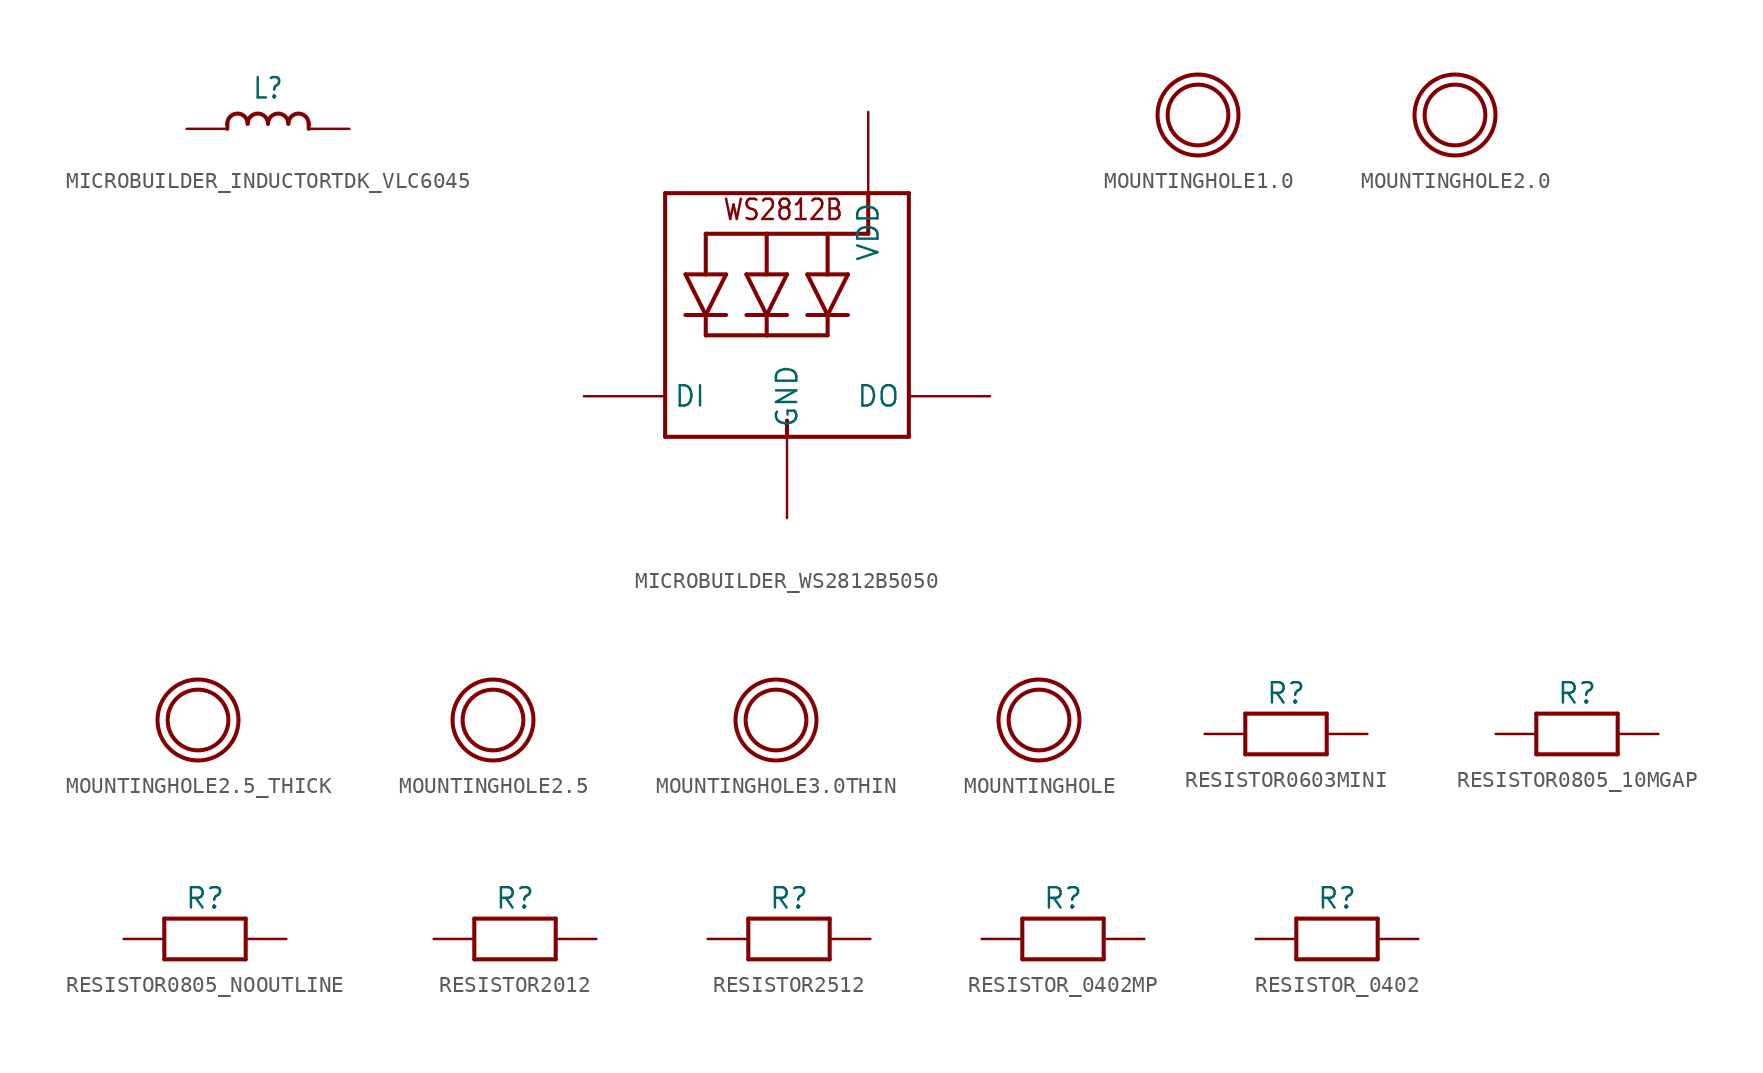
<source format=kicad_sym>
(kicad_symbol_lib
  (version 20220914)
  (generator kicad_symbol_editor)
  (symbol "MICROBUILDER_INDUCTORTDK_VLC6045"
    (property "Reference" "L"
      (at 0 2.54 0)
      (effects (font (size 1.27 1.079))))
    (property "Value" ""
      (at 0 -1.54 0)
      (effects (font (size 1.27 1.079))))
    (property "ki_locked" ""
      (at 0 0 0)
      (effects (font (size 1.27 1.27))))
    (symbol "MICROBUILDER_INDUCTORTDK_VLC6045_1_0"
      (arc (start -1.27 0.3173) (mid -1.9049 0.9524) (end -2.54 0.3175) (stroke (width 0.254) (type solid)) (fill (type none)))
      (polyline (pts (xy -2.54 0.318) (xy -2.54 0)) (stroke (width 0.254) (type solid)) (fill (type none)))
      (polyline (pts (xy 2.54 0.318) (xy 2.54 0)) (stroke (width 0.254) (type solid)) (fill (type none)))
      (arc (start 0 0.3173) (mid -0.6349 0.9524) (end -1.27 0.3175) (stroke (width 0.254) (type solid)) (fill (type none)))
      (arc (start 1.27 0.3173) (mid 0.6351 0.9524) (end 0 0.3175) (stroke (width 0.254) (type solid)) (fill (type none)))
      (arc (start 2.54 0.3173) (mid 1.9051 0.9524) (end 1.27 0.3175) (stroke (width 0.254) (type solid)) (fill (type none)))
      (pin passive line (at -5.08 0 0) (length 2.54) (name "1" (effects (font (size 0 0)))) (number "P$1" (effects (font (size 0 0)))))
      (pin passive line (at 5.08 0 180) (length 2.54) (name "2" (effects (font (size 0 0)))) (number "P$2" (effects (font (size 0 0)))))))
  (symbol "MICROBUILDER_WS2812B5050"
    (property "Reference" "LED"
      (at 0 0 0)
      (effects (font (size 1.27 1.27)) hide))
    (property "ki_locked" ""
      (at 0 0 0)
      (effects (font (size 1.27 1.27))))
    (symbol "MICROBUILDER_WS2812B5050_1_0"
      (polyline (pts (xy -7.62 -5.08) (xy 0 -5.08)) (stroke (width 0.254) (type solid)) (fill (type none)))
      (polyline (pts (xy -7.62 10.16) (xy -7.62 -5.08)) (stroke (width 0.254) (type solid)) (fill (type none)))
      (polyline (pts (xy -6.35 2.54) (xy -5.08 2.54)) (stroke (width 0.254) (type solid)) (fill (type none)))
      (polyline (pts (xy -6.35 5.08) (xy -5.08 5.08)) (stroke (width 0.254) (type solid)) (fill (type none)))
      (polyline (pts (xy -5.08 2.54) (xy -6.35 5.08)) (stroke (width 0.254) (type solid)) (fill (type none)))
      (polyline (pts (xy -5.08 2.54) (xy -5.08 1.27)) (stroke (width 0.254) (type solid)) (fill (type none)))
      (polyline (pts (xy -5.08 2.54) (xy -3.81 5.08)) (stroke (width 0.254) (type solid)) (fill (type none)))
      (polyline (pts (xy -5.08 5.08) (xy -3.81 5.08)) (stroke (width 0.254) (type solid)) (fill (type none)))
      (polyline (pts (xy -5.08 7.62) (xy -5.08 5.08)) (stroke (width 0.254) (type solid)) (fill (type none)))
      (polyline (pts (xy -3.81 2.54) (xy -5.08 2.54)) (stroke (width 0.254) (type solid)) (fill (type none)))
      (polyline (pts (xy -2.54 2.54) (xy -1.27 2.54)) (stroke (width 0.254) (type solid)) (fill (type none)))
      (polyline (pts (xy -2.54 5.08) (xy 0 5.08)) (stroke (width 0.254) (type solid)) (fill (type none)))
      (polyline (pts (xy -1.27 1.27) (xy -5.08 1.27)) (stroke (width 0.254) (type solid)) (fill (type none)))
      (polyline (pts (xy -1.27 2.54) (xy -2.54 5.08)) (stroke (width 0.254) (type solid)) (fill (type none)))
      (polyline (pts (xy -1.27 2.54) (xy -1.27 1.27)) (stroke (width 0.254) (type solid)) (fill (type none)))
      (polyline (pts (xy -1.27 2.54) (xy 0 2.54)) (stroke (width 0.254) (type solid)) (fill (type none)))
      (polyline (pts (xy -1.27 5.08) (xy -1.27 7.62)) (stroke (width 0.254) (type solid)) (fill (type none)))
      (polyline (pts (xy -1.27 7.62) (xy -5.08 7.62)) (stroke (width 0.254) (type solid)) (fill (type none)))
      (polyline (pts (xy 0 -5.08) (xy 7.62 -5.08)) (stroke (width 0.254) (type solid)) (fill (type none)))
      (polyline (pts (xy 0 -4.064) (xy 0 -5.08)) (stroke (width 0.254) (type solid)) (fill (type none)))
      (polyline (pts (xy 0 5.08) (xy -1.27 2.54)) (stroke (width 0.254) (type solid)) (fill (type none)))
      (polyline (pts (xy 1.27 5.08) (xy 2.54 2.54)) (stroke (width 0.254) (type solid)) (fill (type none)))
      (polyline (pts (xy 1.27 5.08) (xy 2.54 5.08)) (stroke (width 0.254) (type solid)) (fill (type none)))
      (polyline (pts (xy 2.54 1.27) (xy -1.27 1.27)) (stroke (width 0.254) (type solid)) (fill (type none)))
      (polyline (pts (xy 2.54 2.54) (xy 1.27 2.54)) (stroke (width 0.254) (type solid)) (fill (type none)))
      (polyline (pts (xy 2.54 2.54) (xy 2.54 1.27)) (stroke (width 0.254) (type solid)) (fill (type none)))
      (polyline (pts (xy 2.54 2.54) (xy 3.81 2.54)) (stroke (width 0.254) (type solid)) (fill (type none)))
      (polyline (pts (xy 2.54 2.54) (xy 3.81 5.08)) (stroke (width 0.254) (type solid)) (fill (type none)))
      (polyline (pts (xy 2.54 5.08) (xy 2.54 7.62)) (stroke (width 0.254) (type solid)) (fill (type none)))
      (polyline (pts (xy 2.54 7.62) (xy -1.27 7.62)) (stroke (width 0.254) (type solid)) (fill (type none)))
      (polyline (pts (xy 2.54 7.62) (xy 5.08 7.62)) (stroke (width 0.254) (type solid)) (fill (type none)))
      (polyline (pts (xy 3.81 5.08) (xy 2.54 5.08)) (stroke (width 0.254) (type solid)) (fill (type none)))
      (polyline (pts (xy 5.08 10.16) (xy -7.62 10.16)) (stroke (width 0.254) (type solid)) (fill (type none)))
      (polyline (pts (xy 5.08 10.16) (xy 5.08 7.62)) (stroke (width 0.254) (type solid)) (fill (type none)))
      (polyline (pts (xy 7.62 -5.08) (xy 7.62 10.16)) (stroke (width 0.254) (type solid)) (fill (type none)))
      (polyline (pts (xy 7.62 10.16) (xy 5.08 10.16)) (stroke (width 0.254) (type solid)) (fill (type none)))
      (text "WS2812B" (at -4.064 8.382 0) (effects (font (size 1.27 1.079)) (justify left bottom)))
      (pin power_in line (at 5.08 15.24 270) (length 5.08) (name "VDD" (effects (font (size 1.27 1.27)))) (number "1-VDD" (effects (font (size 0 0)))))
      (pin output line (at 12.7 -2.54 180) (length 5.08) (name "DO" (effects (font (size 1.27 1.27)))) (number "2-DOUT" (effects (font (size 0 0)))))
      (pin power_in line (at 0 -10.16 90) (length 5.08) (name "GND" (effects (font (size 1.27 1.27)))) (number "3-GND" (effects (font (size 0 0)))))
      (pin input line (at -12.7 -2.54 0) (length 5.08) (name "DI" (effects (font (size 1.27 1.27)))) (number "4-DIN" (effects (font (size 0 0)))))))
  (symbol "MOUNTINGHOLE1.0"
    (property "Reference" ""
      (at 0 0 0)
      (effects (font (size 1.27 1.27)) hide))
    (property "ki_locked" ""
      (at 0 0 0)
      (effects (font (size 1.27 1.27))))
    (symbol "MOUNTINGHOLE1.0_1_0"
      (circle (center 0 0) (radius 1.905) (stroke (width 0.254) (type solid)) (fill (type none)))
      (circle (center 0 0) (radius 2.54) (stroke (width 0.254) (type solid)) (fill (type none)))))
  (symbol "MOUNTINGHOLE2.0"
    (property "Reference" ""
      (at 0 0 0)
      (effects (font (size 1.27 1.27)) hide))
    (property "ki_locked" ""
      (at 0 0 0)
      (effects (font (size 1.27 1.27))))
    (symbol "MOUNTINGHOLE2.0_1_0"
      (circle (center 0 0) (radius 1.905) (stroke (width 0.254) (type solid)) (fill (type none)))
      (circle (center 0 0) (radius 2.54) (stroke (width 0.254) (type solid)) (fill (type none)))))
  (symbol "MOUNTINGHOLE2.5_THICK"
    (property "Reference" ""
      (at 0 0 0)
      (effects (font (size 1.27 1.27)) hide))
    (property "ki_locked" ""
      (at 0 0 0)
      (effects (font (size 1.27 1.27))))
    (symbol "MOUNTINGHOLE2.5_THICK_1_0"
      (circle (center 0 0) (radius 1.905) (stroke (width 0.254) (type solid)) (fill (type none)))
      (circle (center 0 0) (radius 2.54) (stroke (width 0.254) (type solid)) (fill (type none)))))
  (symbol "MOUNTINGHOLE2.5"
    (property "Reference" ""
      (at 0 0 0)
      (effects (font (size 1.27 1.27)) hide))
    (property "ki_locked" ""
      (at 0 0 0)
      (effects (font (size 1.27 1.27))))
    (symbol "MOUNTINGHOLE2.5_1_0"
      (circle (center 0 0) (radius 1.905) (stroke (width 0.254) (type solid)) (fill (type none)))
      (circle (center 0 0) (radius 2.54) (stroke (width 0.254) (type solid)) (fill (type none)))))
  (symbol "MOUNTINGHOLE3.0THIN"
    (property "Reference" ""
      (at 0 0 0)
      (effects (font (size 1.27 1.27)) hide))
    (property "ki_locked" ""
      (at 0 0 0)
      (effects (font (size 1.27 1.27))))
    (symbol "MOUNTINGHOLE3.0THIN_1_0"
      (circle (center 0 0) (radius 1.905) (stroke (width 0.254) (type solid)) (fill (type none)))
      (circle (center 0 0) (radius 2.54) (stroke (width 0.254) (type solid)) (fill (type none)))))
  (symbol "MOUNTINGHOLE"
    (property "Reference" ""
      (at 0 0 0)
      (effects (font (size 1.27 1.27)) hide))
    (property "ki_locked" ""
      (at 0 0 0)
      (effects (font (size 1.27 1.27))))
    (symbol "MOUNTINGHOLE_1_0"
      (circle (center 0 0) (radius 1.905) (stroke (width 0.254) (type solid)) (fill (type none)))
      (circle (center 0 0) (radius 2.54) (stroke (width 0.254) (type solid)) (fill (type none)))))
  (symbol "RESISTOR0603MINI"
    (property "Reference" "R"
      (at 0 2.54 0)
      (effects (font (size 1.27 1.27))))
    (property "Value" ""
      (at 0 0 0)
      (effects (font (size 1.016 1.016) bold)))
    (property "ki_locked" ""
      (at 0 0 0)
      (effects (font (size 1.27 1.27))))
    (symbol "RESISTOR0603MINI_1_0"
      (polyline (pts (xy -2.54 -1.27) (xy -2.54 1.27)) (stroke (width 0.254) (type solid)) (fill (type none)))
      (polyline (pts (xy -2.54 1.27) (xy 2.54 1.27)) (stroke (width 0.254) (type solid)) (fill (type none)))
      (polyline (pts (xy 2.54 -1.27) (xy -2.54 -1.27)) (stroke (width 0.254) (type solid)) (fill (type none)))
      (polyline (pts (xy 2.54 1.27) (xy 2.54 -1.27)) (stroke (width 0.254) (type solid)) (fill (type none)))
      (pin passive line (at -5.08 0 0) (length 2.54) (name "1" (effects (font (size 0 0)))) (number "1" (effects (font (size 0 0)))))
      (pin passive line (at 5.08 0 180) (length 2.54) (name "2" (effects (font (size 0 0)))) (number "2" (effects (font (size 0 0)))))))
  (symbol "RESISTOR0805_10MGAP"
    (property "Reference" "R"
      (at 0 2.54 0)
      (effects (font (size 1.27 1.27))))
    (property "Value" ""
      (at 0 0 0)
      (effects (font (size 1.016 1.016) bold)))
    (property "ki_locked" ""
      (at 0 0 0)
      (effects (font (size 1.27 1.27))))
    (symbol "RESISTOR0805_10MGAP_1_0"
      (polyline (pts (xy -2.54 -1.27) (xy -2.54 1.27)) (stroke (width 0.254) (type solid)) (fill (type none)))
      (polyline (pts (xy -2.54 1.27) (xy 2.54 1.27)) (stroke (width 0.254) (type solid)) (fill (type none)))
      (polyline (pts (xy 2.54 -1.27) (xy -2.54 -1.27)) (stroke (width 0.254) (type solid)) (fill (type none)))
      (polyline (pts (xy 2.54 1.27) (xy 2.54 -1.27)) (stroke (width 0.254) (type solid)) (fill (type none)))
      (pin passive line (at -5.08 0 0) (length 2.54) (name "1" (effects (font (size 0 0)))) (number "1" (effects (font (size 0 0)))))
      (pin passive line (at 5.08 0 180) (length 2.54) (name "2" (effects (font (size 0 0)))) (number "2" (effects (font (size 0 0)))))))
  (symbol "RESISTOR0805_NOOUTLINE"
    (property "Reference" "R"
      (at 0 2.54 0)
      (effects (font (size 1.27 1.27))))
    (property "Value" ""
      (at 0 0 0)
      (effects (font (size 1.016 1.016) bold)))
    (property "ki_locked" ""
      (at 0 0 0)
      (effects (font (size 1.27 1.27))))
    (symbol "RESISTOR0805_NOOUTLINE_1_0"
      (polyline (pts (xy -2.54 -1.27) (xy -2.54 1.27)) (stroke (width 0.254) (type solid)) (fill (type none)))
      (polyline (pts (xy -2.54 1.27) (xy 2.54 1.27)) (stroke (width 0.254) (type solid)) (fill (type none)))
      (polyline (pts (xy 2.54 -1.27) (xy -2.54 -1.27)) (stroke (width 0.254) (type solid)) (fill (type none)))
      (polyline (pts (xy 2.54 1.27) (xy 2.54 -1.27)) (stroke (width 0.254) (type solid)) (fill (type none)))
      (pin passive line (at -5.08 0 0) (length 2.54) (name "1" (effects (font (size 0 0)))) (number "1" (effects (font (size 0 0)))))
      (pin passive line (at 5.08 0 180) (length 2.54) (name "2" (effects (font (size 0 0)))) (number "2" (effects (font (size 0 0)))))))
  (symbol "RESISTOR2012"
    (property "Reference" "R"
      (at 0 2.54 0)
      (effects (font (size 1.27 1.27))))
    (property "Value" ""
      (at 0 0 0)
      (effects (font (size 1.016 1.016) bold)))
    (property "ki_locked" ""
      (at 0 0 0)
      (effects (font (size 1.27 1.27))))
    (symbol "RESISTOR2012_1_0"
      (polyline (pts (xy -2.54 -1.27) (xy -2.54 1.27)) (stroke (width 0.254) (type solid)) (fill (type none)))
      (polyline (pts (xy -2.54 1.27) (xy 2.54 1.27)) (stroke (width 0.254) (type solid)) (fill (type none)))
      (polyline (pts (xy 2.54 -1.27) (xy -2.54 -1.27)) (stroke (width 0.254) (type solid)) (fill (type none)))
      (polyline (pts (xy 2.54 1.27) (xy 2.54 -1.27)) (stroke (width 0.254) (type solid)) (fill (type none)))
      (pin passive line (at -5.08 0 0) (length 2.54) (name "1" (effects (font (size 0 0)))) (number "1" (effects (font (size 0 0)))))
      (pin passive line (at 5.08 0 180) (length 2.54) (name "2" (effects (font (size 0 0)))) (number "2" (effects (font (size 0 0)))))))
  (symbol "RESISTOR2512"
    (property "Reference" "R"
      (at 0 2.54 0)
      (effects (font (size 1.27 1.27))))
    (property "Value" ""
      (at 0 0 0)
      (effects (font (size 1.016 1.016) bold)))
    (property "ki_locked" ""
      (at 0 0 0)
      (effects (font (size 1.27 1.27))))
    (symbol "RESISTOR2512_1_0"
      (polyline (pts (xy -2.54 -1.27) (xy -2.54 1.27)) (stroke (width 0.254) (type solid)) (fill (type none)))
      (polyline (pts (xy -2.54 1.27) (xy 2.54 1.27)) (stroke (width 0.254) (type solid)) (fill (type none)))
      (polyline (pts (xy 2.54 -1.27) (xy -2.54 -1.27)) (stroke (width 0.254) (type solid)) (fill (type none)))
      (polyline (pts (xy 2.54 1.27) (xy 2.54 -1.27)) (stroke (width 0.254) (type solid)) (fill (type none)))
      (pin passive line (at -5.08 0 0) (length 2.54) (name "1" (effects (font (size 0 0)))) (number "1" (effects (font (size 0 0)))))
      (pin passive line (at 5.08 0 180) (length 2.54) (name "2" (effects (font (size 0 0)))) (number "2" (effects (font (size 0 0)))))))
  (symbol "RESISTOR_0402MP"
    (property "Reference" "R"
      (at 0 2.54 0)
      (effects (font (size 1.27 1.27))))
    (property "Value" ""
      (at 0 0 0)
      (effects (font (size 1.016 1.016) bold)))
    (property "ki_locked" ""
      (at 0 0 0)
      (effects (font (size 1.27 1.27))))
    (symbol "RESISTOR_0402MP_1_0"
      (polyline (pts (xy -2.54 -1.27) (xy -2.54 1.27)) (stroke (width 0.254) (type solid)) (fill (type none)))
      (polyline (pts (xy -2.54 1.27) (xy 2.54 1.27)) (stroke (width 0.254) (type solid)) (fill (type none)))
      (polyline (pts (xy 2.54 -1.27) (xy -2.54 -1.27)) (stroke (width 0.254) (type solid)) (fill (type none)))
      (polyline (pts (xy 2.54 1.27) (xy 2.54 -1.27)) (stroke (width 0.254) (type solid)) (fill (type none)))
      (pin passive line (at -5.08 0 0) (length 2.54) (name "1" (effects (font (size 0 0)))) (number "1" (effects (font (size 0 0)))))
      (pin passive line (at 5.08 0 180) (length 2.54) (name "2" (effects (font (size 0 0)))) (number "2" (effects (font (size 0 0)))))))
  (symbol "RESISTOR_0402"
    (property "Reference" "R"
      (at 0 2.54 0)
      (effects (font (size 1.27 1.27))))
    (property "Value" ""
      (at 0 0 0)
      (effects (font (size 1.016 1.016) bold)))
    (property "ki_locked" ""
      (at 0 0 0)
      (effects (font (size 1.27 1.27))))
    (symbol "RESISTOR_0402_1_0"
      (polyline (pts (xy -2.54 -1.27) (xy -2.54 1.27)) (stroke (width 0.254) (type solid)) (fill (type none)))
      (polyline (pts (xy -2.54 1.27) (xy 2.54 1.27)) (stroke (width 0.254) (type solid)) (fill (type none)))
      (polyline (pts (xy 2.54 -1.27) (xy -2.54 -1.27)) (stroke (width 0.254) (type solid)) (fill (type none)))
      (polyline (pts (xy 2.54 1.27) (xy 2.54 -1.27)) (stroke (width 0.254) (type solid)) (fill (type none)))
      (pin passive line (at -5.08 0 0) (length 2.54) (name "1" (effects (font (size 0 0)))) (number "1" (effects (font (size 0 0)))))
      (pin passive line (at 5.08 0 180) (length 2.54) (name "2" (effects (font (size 0 0)))) (number "2" (effects (font (size 0 0))))))))
</source>
